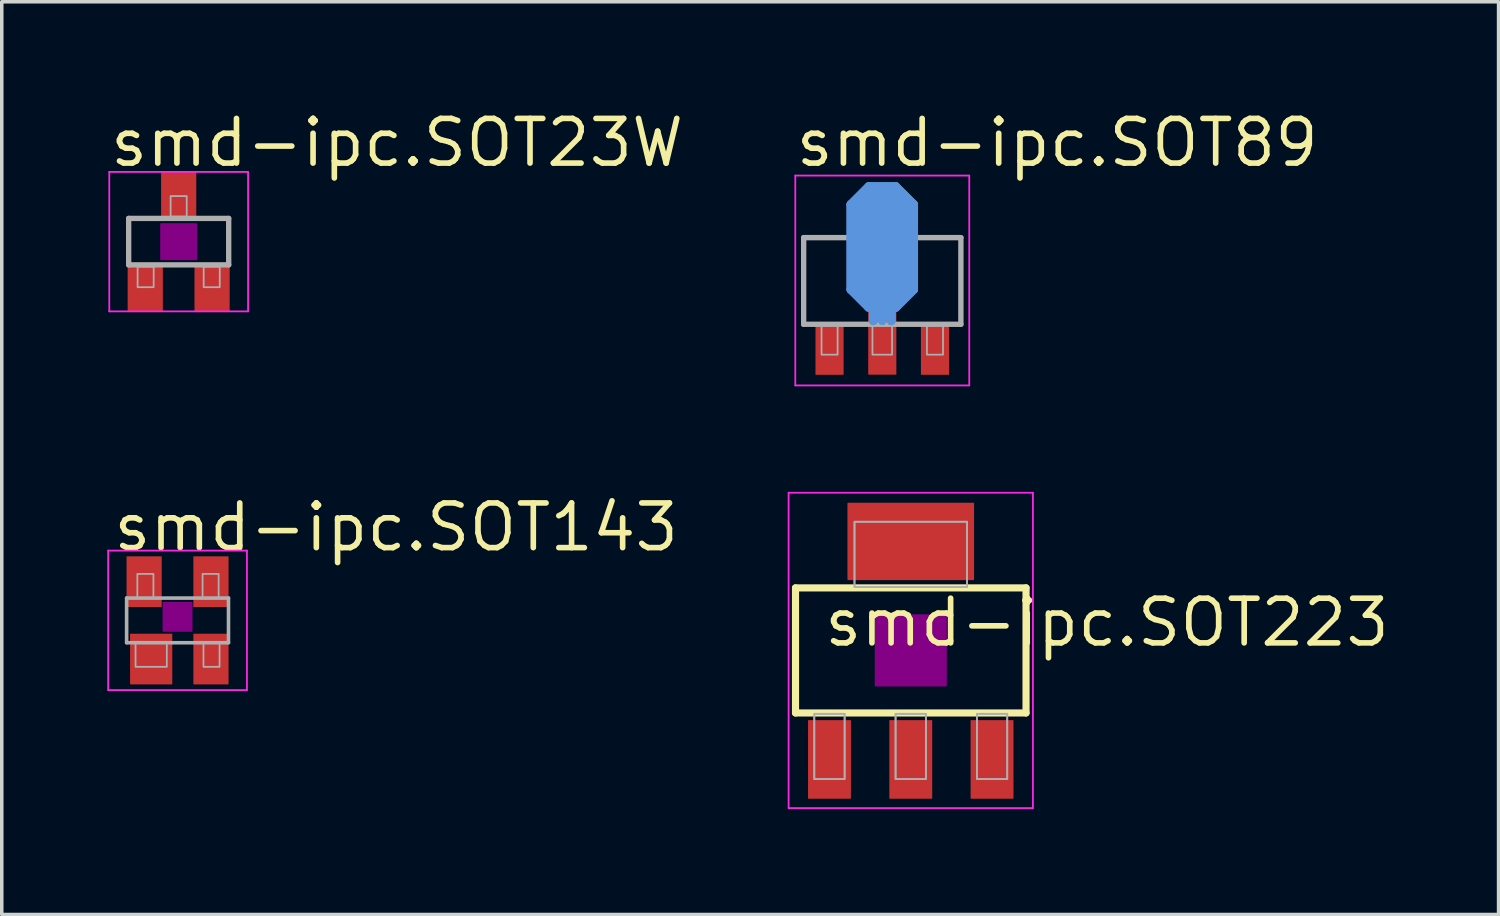
<source format=kicad_pcb>
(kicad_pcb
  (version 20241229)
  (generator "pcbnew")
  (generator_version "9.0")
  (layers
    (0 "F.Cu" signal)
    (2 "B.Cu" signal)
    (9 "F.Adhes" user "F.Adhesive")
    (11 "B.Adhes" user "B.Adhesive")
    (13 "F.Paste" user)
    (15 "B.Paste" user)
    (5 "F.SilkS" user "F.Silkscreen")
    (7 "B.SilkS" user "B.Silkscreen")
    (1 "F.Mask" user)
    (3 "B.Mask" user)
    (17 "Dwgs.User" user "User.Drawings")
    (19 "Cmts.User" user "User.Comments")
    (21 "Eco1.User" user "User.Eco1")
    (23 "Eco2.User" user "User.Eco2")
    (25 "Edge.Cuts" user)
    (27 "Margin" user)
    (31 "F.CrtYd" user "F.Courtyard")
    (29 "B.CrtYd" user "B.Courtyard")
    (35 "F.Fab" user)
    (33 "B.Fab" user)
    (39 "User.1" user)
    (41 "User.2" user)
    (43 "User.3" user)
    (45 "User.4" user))
  (footprint "smd-ipc.SOT23W"
    (layer "F.Cu")
    (at 2.03 3.82)
    (property "Reference" "smd-ipc.SOT23W" (at -2.03 -2.07 0) (layer "F.SilkS") (effects (font (size 1.27 1.27) (thickness 0.16)) (justify left bottom)))
    (attr smd)
    (fp_rect (start -0.5 0.5) (end 0.5 -0.5) (stroke (width 0.05) (type default)) (fill yes) (layer "F.Adhes"))
    (fp_line (start -1.973 -1.983) (end 1.973 -1.983) (stroke (width 0.051) (type default)) (layer "F.CrtYd"))
    (fp_line (start -1.973 1.983) (end -1.973 -1.983) (stroke (width 0.051) (type default)) (layer "F.CrtYd"))
    (fp_line (start 1.973 -1.983) (end 1.973 1.983) (stroke (width 0.051) (type default)) (layer "F.CrtYd"))
    (fp_line (start 1.973 1.983) (end -1.973 1.983) (stroke (width 0.051) (type default)) (layer "F.CrtYd"))
    (fp_line (start -1.422 -0.66) (end 1.422 -0.66) (stroke (width 0.152) (type default)) (layer "F.Fab"))
    (fp_line (start -1.422 0.66) (end -1.422 -0.66) (stroke (width 0.152) (type default)) (layer "F.Fab"))
    (fp_line (start 1.422 -0.66) (end 1.422 0.66) (stroke (width 0.152) (type default)) (layer "F.Fab"))
    (fp_line (start 1.422 0.66) (end -1.422 0.66) (stroke (width 0.152) (type default)) (layer "F.Fab"))
    (fp_rect (start -1.168 1.295) (end -0.711 0.711) (stroke (width 0.05) (type default)) (fill no) (layer "F.Fab"))
    (fp_rect (start -0.229 -0.711) (end 0.229 -1.295) (stroke (width 0.05) (type default)) (fill no) (layer "F.Fab"))
    (fp_rect (start 0.711 1.295) (end 1.168 0.711) (stroke (width 0.05) (type default)) (fill no) (layer "F.Fab"))
    (pad "1" smd roundrect (at -0.95 1.303) (size 1 1.4) (layers "F.Cu" "F.Mask" "F.Paste") (roundrect_rratio 0.01))
    (pad "2" smd roundrect (at 0.95 1.303) (size 1 1.4) (layers "F.Cu" "F.Mask" "F.Paste") (roundrect_rratio 0.01))
    (pad "3" smd roundrect (at 0 -1.303) (size 1 1.4) (layers "F.Cu" "F.Mask" "F.Paste") (roundrect_rratio 0.01)))
  (footprint "smd-ipc.SOT143"
    (layer "F.Cu")
    (at 1.998 14.588)
    (property "Reference" "smd-ipc.SOT143" (at -1.905 -1.905 0) (layer "F.SilkS") (effects (font (size 1.27 1.27) (thickness 0.16)) (justify left bottom)))
    (attr smd)
    (fp_rect (start -0.4 0.3) (end 0.4 -0.5) (stroke (width 0.05) (type default)) (fill yes) (layer "F.Adhes"))
    (fp_line (start -1.973 -1.983) (end 1.973 -1.983) (stroke (width 0.051) (type default)) (layer "F.CrtYd"))
    (fp_line (start -1.973 1.983) (end -1.973 -1.983) (stroke (width 0.051) (type default)) (layer "F.CrtYd"))
    (fp_line (start 1.973 -1.983) (end 1.973 1.983) (stroke (width 0.051) (type default)) (layer "F.CrtYd"))
    (fp_line (start 1.973 1.983) (end -1.973 1.983) (stroke (width 0.051) (type default)) (layer "F.CrtYd"))
    (fp_line (start -1.448 -0.635) (end 1.448 -0.635) (stroke (width 0.102) (type default)) (layer "F.Fab"))
    (fp_line (start -1.448 0.635) (end -1.448 -0.635) (stroke (width 0.102) (type default)) (layer "F.Fab"))
    (fp_line (start -1.448 0.635) (end 1.448 0.635) (stroke (width 0.102) (type default)) (layer "F.Fab"))
    (fp_line (start 1.448 0.635) (end 1.448 -0.635) (stroke (width 0.102) (type default)) (layer "F.Fab"))
    (fp_rect (start -1.194 1.321) (end -0.305 0.635) (stroke (width 0.05) (type default)) (fill no) (layer "F.Fab"))
    (fp_rect (start -1.143 -0.635) (end -0.686 -1.321) (stroke (width 0.05) (type default)) (fill no) (layer "F.Fab"))
    (fp_rect (start 0.711 -0.635) (end 1.168 -1.321) (stroke (width 0.05) (type default)) (fill no) (layer "F.Fab"))
    (fp_rect (start 0.737 1.321) (end 1.194 0.635) (stroke (width 0.05) (type default)) (fill no) (layer "F.Fab"))
    (pad "1" smd roundrect (at -0.75 1.1) (size 1.2 1.44) (layers "F.Cu" "F.Mask" "F.Paste") (roundrect_rratio 0.01))
    (pad "2" smd roundrect (at 0.95 1.1) (size 1 1.44) (layers "F.Cu" "F.Mask" "F.Paste") (roundrect_rratio 0.01))
    (pad "3" smd roundrect (at 0.95 -1.1) (size 1 1.44) (layers "F.Cu" "F.Mask" "F.Paste") (roundrect_rratio 0.01))
    (pad "4" smd roundrect (at -0.95 -1.1) (size 1 1.44) (layers "F.Cu" "F.Mask" "F.Paste") (roundrect_rratio 0.01)))
  (footprint "smd-ipc.SOT89"
    (layer "F.Cu")
    (at 22.034 4.925)
    (property "Reference" "smd-ipc.SOT89" (at -2.54 -3.175 0) (layer "F.SilkS") (effects (font (size 1.27 1.27) (thickness 0.16)) (justify left bottom)))
    (attr smd)
    (fp_rect (start -0.508 2.794) (end 0.508 1.27) (stroke (width 0.05) (type default)) (fill yes) (layer "F.Mask"))
    (fp_line (start 0 -0.191) (end 0 -1.651) (stroke (width 1.8) (type default)) (layer "F.Paste"))
    (fp_rect (start -0.381 2.667) (end 0.381 1.333) (stroke (width 0.05) (type default)) (fill yes) (layer "F.Paste"))
    (fp_line (start -0.889 -2.159) (end -0.381 -2.667) (stroke (width 0.254) (type default)) (layer "Cmts.User"))
    (fp_line (start -0.889 -2.159) (end -0.381 -2.667) (stroke (width 0.254) (type default)) (layer "Cmts.User"))
    (fp_line (start -0.889 0.254) (end -0.889 -2.159) (stroke (width 0.254) (type default)) (layer "Cmts.User"))
    (fp_line (start -0.889 0.254) (end -0.889 -2.159) (stroke (width 0.254) (type default)) (layer "Cmts.User"))
    (fp_line (start -0.381 -2.667) (end 0.381 -2.667) (stroke (width 0.254) (type default)) (layer "Cmts.User"))
    (fp_line (start -0.381 -2.667) (end 0.381 -2.667) (stroke (width 0.254) (type default)) (layer "Cmts.User"))
    (fp_line (start -0.381 0.762) (end -0.889 0.254) (stroke (width 0.254) (type default)) (layer "Cmts.User"))
    (fp_line (start -0.381 0.762) (end -0.889 0.254) (stroke (width 0.254) (type default)) (layer "Cmts.User"))
    (fp_line (start -0.254 0.762) (end -0.381 0.762) (stroke (width 0.254) (type default)) (layer "Cmts.User"))
    (fp_line (start -0.254 0.762) (end -0.381 0.762) (stroke (width 0.254) (type default)) (layer "Cmts.User"))
    (fp_line (start -0.254 1.143) (end -0.254 0.762) (stroke (width 0.254) (type default)) (layer "Cmts.User"))
    (fp_line (start -0.254 1.143) (end -0.254 0.762) (stroke (width 0.254) (type default)) (layer "Cmts.User"))
    (fp_line (start 0 0) (end 0 -1.778) (stroke (width 1.676) (type default)) (layer "Cmts.User"))
    (fp_line (start 0 0) (end 0 -1.778) (stroke (width 1.676) (type default)) (layer "Cmts.User"))
    (fp_line (start 0 0.762) (end 0 0) (stroke (width 0.762) (type default)) (layer "Cmts.User"))
    (fp_line (start 0 0.762) (end 0 0) (stroke (width 0.762) (type default)) (layer "Cmts.User"))
    (fp_line (start 0 1.143) (end 0 0.762) (stroke (width 0.254) (type default)) (layer "Cmts.User"))
    (fp_line (start 0.254 0.762) (end 0.254 1.143) (stroke (width 0.254) (type default)) (layer "Cmts.User"))
    (fp_line (start 0.254 0.762) (end 0.254 1.143) (stroke (width 0.254) (type default)) (layer "Cmts.User"))
    (fp_line (start 0.381 -2.667) (end 0.889 -2.159) (stroke (width 0.254) (type default)) (layer "Cmts.User"))
    (fp_line (start 0.381 -2.667) (end 0.889 -2.159) (stroke (width 0.254) (type default)) (layer "Cmts.User"))
    (fp_line (start 0.381 0.762) (end 0.254 0.762) (stroke (width 0.254) (type default)) (layer "Cmts.User"))
    (fp_line (start 0.381 0.762) (end 0.254 0.762) (stroke (width 0.254) (type default)) (layer "Cmts.User"))
    (fp_line (start 0.889 -2.159) (end 0.889 0.254) (stroke (width 0.254) (type default)) (layer "Cmts.User"))
    (fp_line (start 0.889 -2.159) (end 0.889 0.254) (stroke (width 0.254) (type default)) (layer "Cmts.User"))
    (fp_line (start 0.889 0.254) (end 0.381 0.762) (stroke (width 0.254) (type default)) (layer "Cmts.User"))
    (fp_line (start 0.889 0.254) (end 0.381 0.762) (stroke (width 0.254) (type default)) (layer "Cmts.User"))
    (fp_line (start -2.473 -2.983) (end 2.473 -2.983) (stroke (width 0.051) (type default)) (layer "F.CrtYd"))
    (fp_line (start -2.473 2.983) (end -2.473 -2.983) (stroke (width 0.051) (type default)) (layer "F.CrtYd"))
    (fp_line (start 2.473 -2.983) (end 2.473 2.983) (stroke (width 0.051) (type default)) (layer "F.CrtYd"))
    (fp_line (start 2.473 2.983) (end -2.473 2.983) (stroke (width 0.051) (type default)) (layer "F.CrtYd"))
    (fp_line (start -2.235 -1.219) (end 2.235 -1.219) (stroke (width 0.152) (type default)) (layer "F.Fab"))
    (fp_line (start -2.235 1.245) (end -2.235 -1.219) (stroke (width 0.152) (type default)) (layer "F.Fab"))
    (fp_line (start -0.787 -1.575) (end -0.356 -2.007) (stroke (width 0.203) (type default)) (layer "F.Fab"))
    (fp_line (start -0.787 -1.295) (end -0.787 -1.575) (stroke (width 0.203) (type default)) (layer "F.Fab"))
    (fp_line (start -0.356 -2.007) (end 0.356 -2.007) (stroke (width 0.203) (type default)) (layer "F.Fab"))
    (fp_line (start 0.356 -2.007) (end 0.787 -1.575) (stroke (width 0.203) (type default)) (layer "F.Fab"))
    (fp_line (start 0.787 -1.575) (end 0.787 -1.295) (stroke (width 0.203) (type default)) (layer "F.Fab"))
    (fp_line (start 0.787 -1.295) (end -0.787 -1.295) (stroke (width 0.203) (type default)) (layer "F.Fab"))
    (fp_line (start 2.235 -1.219) (end 2.235 1.245) (stroke (width 0.152) (type default)) (layer "F.Fab"))
    (fp_line (start 2.235 1.245) (end -2.235 1.245) (stroke (width 0.152) (type default)) (layer "F.Fab"))
    (fp_rect (start -1.727 2.108) (end -1.27 1.27) (stroke (width 0.05) (type default)) (fill no) (layer "F.Fab"))
    (fp_rect (start -0.279 2.108) (end 0.279 1.27) (stroke (width 0.05) (type default)) (fill no) (layer "F.Fab"))
    (fp_rect (start 1.27 2.108) (end 1.727 1.27) (stroke (width 0.05) (type default)) (fill no) (layer "F.Fab"))
    (fp_poly (pts (xy -0.787 -1.321) (xy -0.787 -1.575) (xy -0.356 -2.007) (xy 0.305 -2.007) (xy 0.356 -2.007) (xy 0.787 -1.575) (xy 0.787 -1.295) (xy -0.787 -1.295)) (stroke (width 0.2) (type default)) (fill no) (layer "F.Fab"))
    (pad "1" smd roundrect (at -1.499 1.981) (size 0.8 1.4) (layers "F.Cu" "F.Mask" "F.Paste") (roundrect_rratio 0.01))
    (pad "2" smd roundrect (at 0 1.727) (size 0.8 1.9) (layers "F.Cu" "F.Mask" "F.Paste") (roundrect_rratio 0.01))
    (pad "2.1" smd roundrect (at 0 -0.889) (size 2 3.5) (layers "F.Cu" "F.Mask" "F.Paste") (roundrect_rratio 0.5))
    (pad "3" smd roundrect (at 1.499 1.981) (size 0.8 1.4) (layers "F.Cu" "F.Mask" "F.Paste") (roundrect_rratio 0.01)))
  (footprint "smd-ipc.SOT223"
    (layer "F.Cu")
    (at 22.844 15.442)
    (property "Reference" "smd-ipc.SOT223" (at -2.54 -0.051 0) (layer "F.SilkS") (effects (font (size 1.27 1.27) (thickness 0.16)) (justify left bottom)))
    (attr smd)
    (fp_line (start -3.277 -1.778) (end 3.277 -1.778) (stroke (width 0.203) (type default)) (layer "F.SilkS"))
    (fp_line (start -3.277 1.778) (end -3.277 -1.778) (stroke (width 0.203) (type default)) (layer "F.SilkS"))
    (fp_line (start 3.277 -1.778) (end 3.277 1.778) (stroke (width 0.203) (type default)) (layer "F.SilkS"))
    (fp_line (start 3.277 1.778) (end -3.277 1.778) (stroke (width 0.203) (type default)) (layer "F.SilkS"))
    (fp_rect (start -1 1) (end 1 -1) (stroke (width 0.05) (type default)) (fill yes) (layer "F.Adhes"))
    (fp_line (start -3.473 -4.483) (end 3.473 -4.483) (stroke (width 0.051) (type default)) (layer "F.CrtYd"))
    (fp_line (start -3.473 4.483) (end -3.473 -4.483) (stroke (width 0.051) (type default)) (layer "F.CrtYd"))
    (fp_line (start 3.473 -4.483) (end 3.473 4.483) (stroke (width 0.051) (type default)) (layer "F.CrtYd"))
    (fp_line (start 3.473 4.483) (end -3.473 4.483) (stroke (width 0.051) (type default)) (layer "F.CrtYd"))
    (fp_rect (start -2.743 3.658) (end -1.88 1.803) (stroke (width 0.05) (type default)) (fill no) (layer "F.Fab"))
    (fp_rect (start -2.743 3.658) (end -1.88 1.803) (stroke (width 0.05) (type default)) (fill no) (layer "F.Fab"))
    (fp_rect (start -1.6 -1.803) (end 1.6 -3.658) (stroke (width 0.05) (type default)) (fill no) (layer "F.Fab"))
    (fp_rect (start -1.6 -1.803) (end 1.6 -3.658) (stroke (width 0.05) (type default)) (fill no) (layer "F.Fab"))
    (fp_rect (start -0.432 3.658) (end 0.432 1.803) (stroke (width 0.05) (type default)) (fill no) (layer "F.Fab"))
    (fp_rect (start -0.432 3.658) (end 0.432 1.803) (stroke (width 0.05) (type default)) (fill no) (layer "F.Fab"))
    (fp_rect (start 1.88 3.658) (end 2.743 1.803) (stroke (width 0.05) (type default)) (fill no) (layer "F.Fab"))
    (fp_rect (start 1.88 3.658) (end 2.743 1.803) (stroke (width 0.05) (type default)) (fill no) (layer "F.Fab"))
    (pad "1" smd roundrect (at -2.311 3.099) (size 1.219 2.235) (layers "F.Cu" "F.Mask" "F.Paste") (roundrect_rratio 0.01))
    (pad "2" smd roundrect (at 0 3.099) (size 1.219 2.235) (layers "F.Cu" "F.Mask" "F.Paste") (roundrect_rratio 0.01))
    (pad "3" smd roundrect (at 2.311 3.099) (size 1.219 2.235) (layers "F.Cu" "F.Mask" "F.Paste") (roundrect_rratio 0.01))
    (pad "4" smd roundrect (at 0 -3.099) (size 3.6 2.2) (layers "F.Cu" "F.Mask" "F.Paste") (roundrect_rratio 0.01)))
  (gr_rect
    (start -3 -3)
    (end 39.556 22.95)
    (stroke (width 0.1) (type default))
    (fill no)
    (layer "Edge.Cuts")))
</source>
